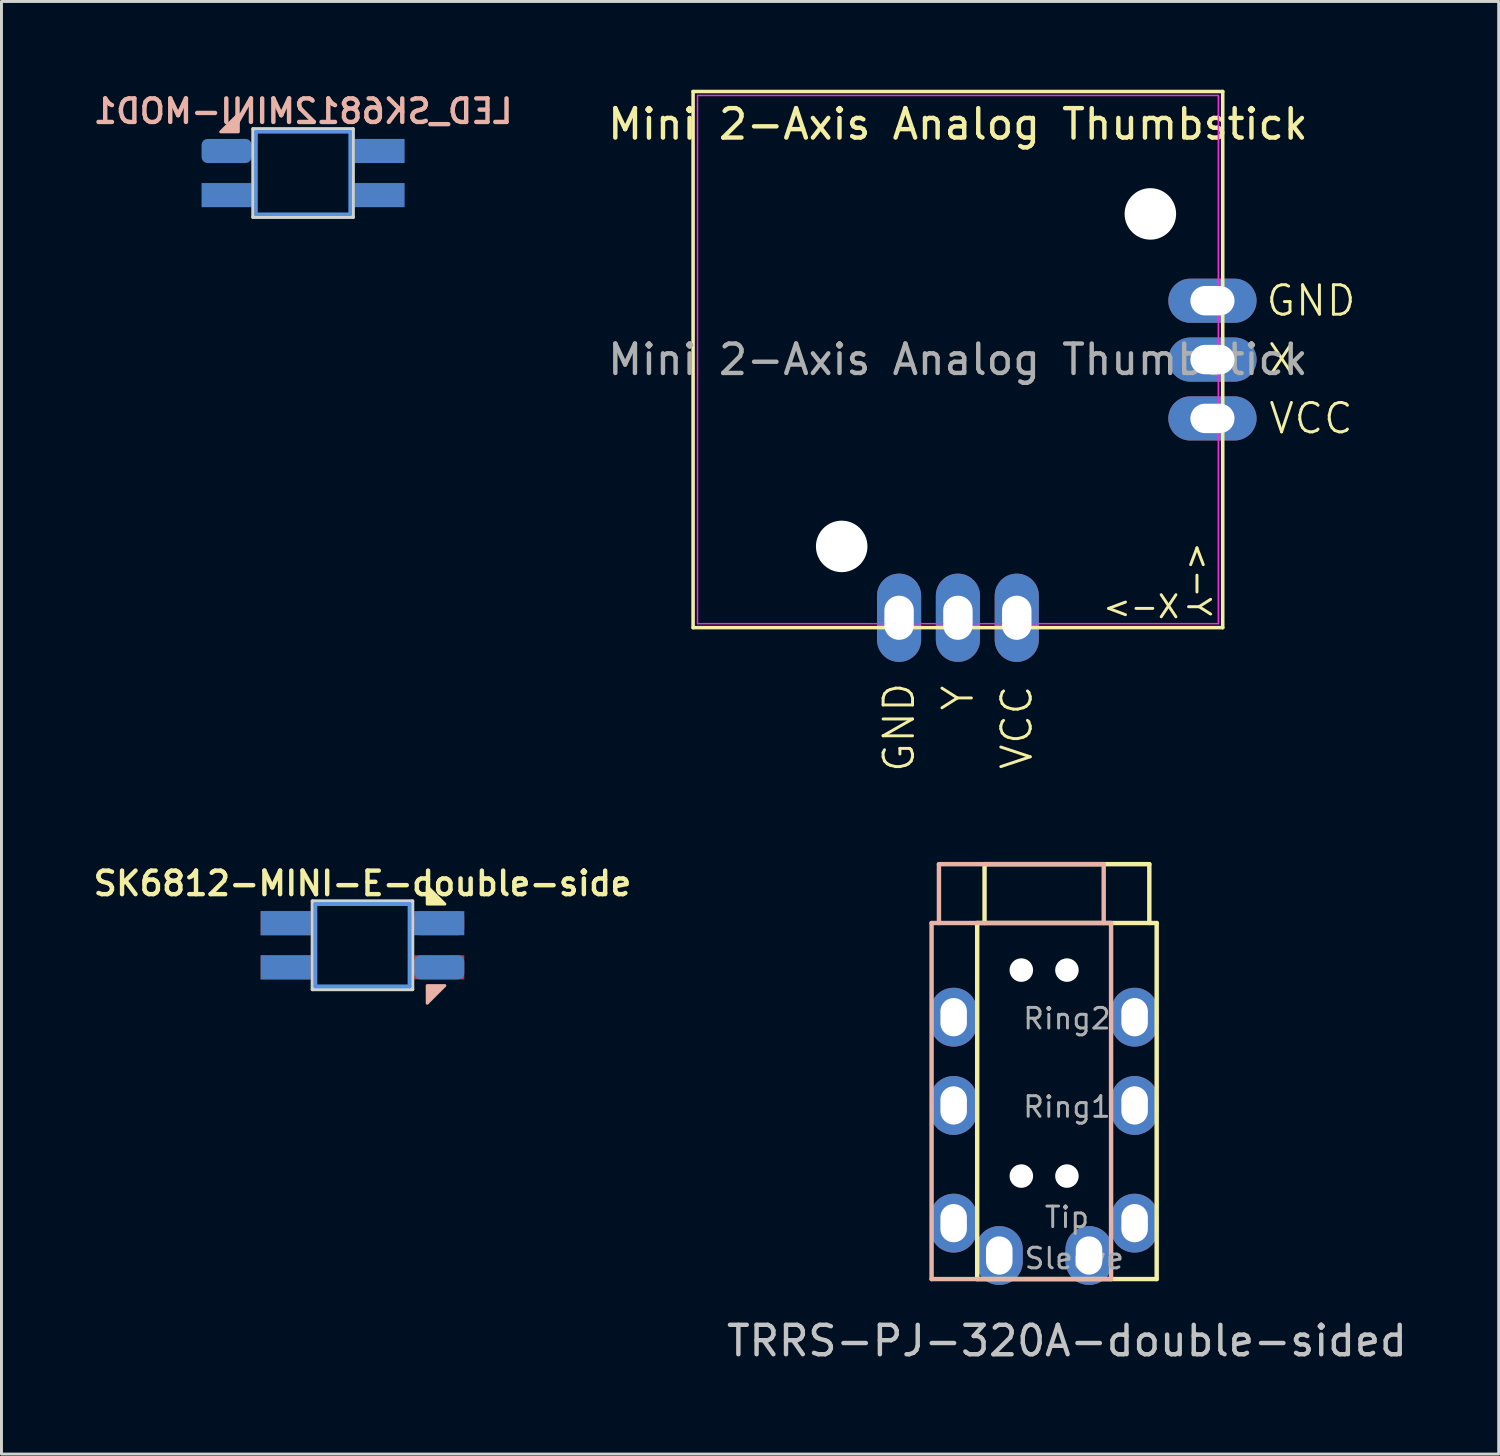
<source format=kicad_pcb>
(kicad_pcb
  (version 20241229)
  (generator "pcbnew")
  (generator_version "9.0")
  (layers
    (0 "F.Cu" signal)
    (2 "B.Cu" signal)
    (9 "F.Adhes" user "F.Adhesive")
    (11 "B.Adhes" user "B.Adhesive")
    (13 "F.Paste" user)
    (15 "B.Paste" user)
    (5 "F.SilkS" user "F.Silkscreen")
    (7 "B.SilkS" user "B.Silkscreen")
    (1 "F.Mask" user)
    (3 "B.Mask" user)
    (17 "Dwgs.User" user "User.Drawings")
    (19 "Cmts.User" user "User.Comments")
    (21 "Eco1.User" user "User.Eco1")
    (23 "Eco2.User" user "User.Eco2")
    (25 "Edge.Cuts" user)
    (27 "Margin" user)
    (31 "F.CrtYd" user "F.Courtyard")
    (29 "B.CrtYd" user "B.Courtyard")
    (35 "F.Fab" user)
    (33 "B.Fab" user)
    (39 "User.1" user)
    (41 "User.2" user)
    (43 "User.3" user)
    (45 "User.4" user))
  (footprint "Mini 2-Axis Analog Thumbstick"
    (layer "F.Cu")
    (at 29.505 9.17)
    (property "Reference" "Mini 2-Axis Analog Thumbstick" (at 0 -8 0) (layer "F.SilkS") (effects (font (size 1 1) (thickness 0.15))))
    (attr through_hole)
    (fp_line (start -9 -9.11) (end -9 9.11) (stroke (width 0.12) (type solid)) (layer "F.SilkS"))
    (fp_line (start -9 9.11) (end 9 9.11) (stroke (width 0.12) (type solid)) (layer "F.SilkS"))
    (fp_line (start 9 -9.11) (end -9 -9.11) (stroke (width 0.12) (type solid)) (layer "F.SilkS"))
    (fp_line (start 9 9.11) (end 9 -9.11) (stroke (width 0.12) (type solid)) (layer "F.SilkS"))
    (fp_line (start -8.85 -8.975) (end -8.85 8.975) (stroke (width 0.05) (type solid)) (layer "F.CrtYd"))
    (fp_line (start -8.85 8.975) (end 8.85 8.975) (stroke (width 0.05) (type solid)) (layer "F.CrtYd"))
    (fp_line (start 8.85 -8.975) (end -8.85 -8.975) (stroke (width 0.05) (type solid)) (layer "F.CrtYd"))
    (fp_line (start 8.85 8.975) (end 8.85 -8.975) (stroke (width 0.05) (type solid)) (layer "F.CrtYd"))
    (fp_text user "GND" (at 12 -2 0) (unlocked yes) (layer "F.SilkS") (effects (font (size 1 1) (thickness 0.1))))
    (fp_text user "GND" (at -2 12.5 90) (unlocked yes) (layer "F.SilkS") (effects (font (size 1 1) (thickness 0.1))))
    (fp_text user "VCC" (at 12 2 0) (unlocked yes) (layer "F.SilkS") (effects (font (size 1 1) (thickness 0.1))))
    (fp_text user "<-X" (at 6.23 8.4 0) (unlocked yes) (layer "F.SilkS") (effects (font (size 0.75 0.75) (thickness 0.1))))
    (fp_text user "Y" (at 0 11.5 90) (unlocked yes) (layer "F.SilkS") (effects (font (size 1 1) (thickness 0.1))))
    (fp_text user "VCC" (at 2 12.5 90) (unlocked yes) (layer "F.SilkS") (effects (font (size 1 1) (thickness 0.1))))
    (fp_text user "<-Y" (at 8.18 7.47 270) (unlocked yes) (layer "F.SilkS") (effects (font (size 0.75 0.75) (thickness 0.1))))
    (fp_text user "X" (at 11 0 0) (unlocked yes) (layer "F.SilkS") (effects (font (size 1 1) (thickness 0.1))))
    (fp_text user "${REFERENCE}" (at 0 0 0) (layer "F.Fab") (effects (font (size 1 1) (thickness 0.15))))
    (pad "" np_thru_hole circle (at -3.95 6.35) (size 1.75 1.75) (drill 1.75) (layers "*.Cu" "*.Mask"))
    (pad "" np_thru_hole circle (at 6.54 -4.95) (size 1.75 1.75) (drill 1.75) (layers "*.Cu" "*.Mask"))
    (pad "1" thru_hole oval (at 8.65 -2 270) (size 1.5 3) (drill oval 1 1.5) (layers "*.Cu" "*.Mask"))
    (pad "2" thru_hole oval (at 8.65 0 270) (size 1.5 3) (drill oval 1 1.5) (layers "*.Cu" "*.Mask"))
    (pad "3" thru_hole oval (at 8.65 2 270) (size 1.5 3) (drill oval 1 1.5) (layers "*.Cu" "*.Mask"))
    (pad "4" thru_hole oval (at 2 8.775 180) (size 1.5 3) (drill oval 1 1.5) (layers "*.Cu" "*.Mask"))
    (pad "5" thru_hole oval (at 0 8.775 180) (size 1.5 3) (drill oval 1 1.5) (layers "*.Cu" "*.Mask"))
    (pad "6" thru_hole oval (at -2 8.775 180) (size 1.5 3) (drill oval 1 1.5) (layers "*.Cu" "*.Mask")))
  (footprint "TRRS-PJ-320A-double-sided"
    (layer "F.Cu")
    (at 33.21 28.319)
    (property "Reference" "TRRS-PJ-320A-double-sided" (at 0 14.2 0) (layer "Dwgs.User") (effects (font (size 1 1) (thickness 0.15))))
    (attr through_hole)
    (fp_line (start -3.05 0) (end -3.05 12.1) (stroke (width 0.15) (type solid)) (layer "F.SilkS"))
    (fp_line (start -2.8 0) (end -2.8 -2) (stroke (width 0.15) (type solid)) (layer "F.SilkS"))
    (fp_line (start 2.8 -2) (end -2.8 -2) (stroke (width 0.15) (type solid)) (layer "F.SilkS"))
    (fp_line (start 2.8 0) (end 2.8 -2) (stroke (width 0.15) (type solid)) (layer "F.SilkS"))
    (fp_line (start 3.05 0) (end -3.05 0) (stroke (width 0.15) (type solid)) (layer "F.SilkS"))
    (fp_line (start 3.05 0) (end 3.05 12.1) (stroke (width 0.15) (type solid)) (layer "F.SilkS"))
    (fp_line (start 3.05 12.1) (end -3.05 12.1) (stroke (width 0.15) (type solid)) (layer "F.SilkS"))
    (fp_line (start -4.6 0) (end -4.6 12.1) (stroke (width 0.15) (type solid)) (layer "B.SilkS"))
    (fp_line (start -4.6 0) (end 1.5 0) (stroke (width 0.15) (type solid)) (layer "B.SilkS"))
    (fp_line (start -4.6 12.1) (end 1.5 12.1) (stroke (width 0.15) (type solid)) (layer "B.SilkS"))
    (fp_line (start -4.35 -2) (end 1.25 -2) (stroke (width 0.15) (type solid)) (layer "B.SilkS"))
    (fp_line (start -4.35 0) (end -4.35 -2) (stroke (width 0.15) (type solid)) (layer "B.SilkS"))
    (fp_line (start 1.25 0) (end 1.25 -2) (stroke (width 0.15) (type solid)) (layer "B.SilkS"))
    (fp_line (start 1.5 0) (end 1.5 12.1) (stroke (width 0.15) (type solid)) (layer "B.SilkS"))
    (fp_text user "Sleeve" (at 0.25 11.4 0) (layer "F.Fab") (effects (font (size 0.7 0.7) (thickness 0.1))))
    (fp_text user "Ring1" (at 0 6.25 0) (layer "F.Fab") (effects (font (size 0.7 0.7) (thickness 0.1))))
    (fp_text user "Tip" (at 0 10 0) (layer "F.Fab") (effects (font (size 0.7 0.7) (thickness 0.1))))
    (fp_text user "Ring2" (at 0 3.25 0) (layer "F.Fab") (effects (font (size 0.7 0.7) (thickness 0.1))))
    (pad "" np_thru_hole circle (at -1.55 1.6) (size 0.8 0.8) (drill 0.8) (layers "*.Cu" "*.Mask"))
    (pad "" np_thru_hole circle (at -1.55 8.6) (size 0.8 0.8) (drill 0.8) (layers "*.Cu" "*.Mask"))
    (pad "" np_thru_hole circle (at 0 1.6) (size 0.8 0.8) (drill 0.8) (layers "*.Cu" "*.Mask"))
    (pad "" np_thru_hole circle (at 0 8.6) (size 0.8 0.8) (drill 0.8) (layers "*.Cu" "*.Mask"))
    (pad "1" thru_hole oval (at -2.3 11.3) (size 1.6 2) (drill oval 0.9 1.3) (layers "*.Cu" "*.Mask"))
    (pad "1" thru_hole oval (at 0.75 11.3) (size 1.6 2) (drill oval 0.9 1.3) (layers "*.Cu" "*.Mask"))
    (pad "2" thru_hole oval (at -3.85 10.2) (size 1.6 2) (drill oval 0.9 1.3) (layers "*.Cu" "*.Mask"))
    (pad "2" thru_hole oval (at 2.3 10.2) (size 1.6 2) (drill oval 0.9 1.3) (layers "*.Cu" "*.Mask"))
    (pad "3" thru_hole oval (at -3.85 6.2) (size 1.6 2) (drill oval 0.9 1.3) (layers "*.Cu" "*.Mask"))
    (pad "3" thru_hole oval (at 2.3 6.2) (size 1.6 2) (drill oval 0.9 1.3) (layers "*.Cu" "*.Mask"))
    (pad "4" thru_hole oval (at -3.85 3.2) (size 1.6 2) (drill oval 0.9 1.3) (layers "*.Cu" "*.Mask"))
    (pad "4" thru_hole oval (at 2.3 3.2) (size 1.6 2) (drill oval 0.9 1.3) (layers "*.Cu" "*.Mask")))
  (footprint "LED_SK6812MINI-MOD1"
    (layer "F.Cu")
    (at 7.25 2.831)
    (property "Reference" "LED_SK6812MINI-MOD1" (at 0 -2.1 0) (unlocked yes) (layer "B.SilkS") (effects (font (size 0.8 0.8) (thickness 0.15)) (justify mirror)))
    (attr through_hole)
    (fp_poly (pts (xy -2.8 -1.4) (xy -2.2 -1.4) (xy -2.2 -2)) (stroke (width 0.1) (type solid)) (fill yes) (layer "B.SilkS"))
    (fp_line (start -1.6 -1.4) (end -1.6 1.4) (stroke (width 0.12) (type solid)) (layer "Cmts.User"))
    (fp_line (start -1.6 1.4) (end 1.6 1.4) (stroke (width 0.12) (type solid)) (layer "Cmts.User"))
    (fp_line (start 1.6 -1.4) (end -1.6 -1.4) (stroke (width 0.12) (type solid)) (layer "Cmts.User"))
    (fp_line (start 1.6 1.4) (end 1.6 -1.4) (stroke (width 0.12) (type solid)) (layer "Cmts.User"))
    (fp_line (start -1.7 -1.5) (end -1.7 1.5) (stroke (width 0.12) (type solid)) (layer "Edge.Cuts"))
    (fp_line (start -1.7 1.5) (end 1.7 1.5) (stroke (width 0.12) (type solid)) (layer "Edge.Cuts"))
    (fp_line (start 1.7 -1.5) (end -1.7 -1.5) (stroke (width 0.12) (type solid)) (layer "Edge.Cuts"))
    (fp_line (start 1.7 1.5) (end 1.7 -1.5) (stroke (width 0.12) (type solid)) (layer "Edge.Cuts"))
    (pad "1" smd rect (at 2.6 0.75) (size 1.7 0.82) (layers "B.Cu" "B.Mask" "B.Paste"))
    (pad "2" smd rect (at 2.6 -0.75) (size 1.7 0.82) (layers "B.Cu" "B.Mask" "B.Paste"))
    (pad "3" smd roundrect (at -2.6 -0.75) (size 1.7 0.82) (layers "B.Cu" "B.Mask" "B.Paste") (roundrect_rratio 0.25))
    (pad "4" smd rect (at -2.6 0.75) (size 1.7 0.82) (layers "B.Cu" "B.Mask" "B.Paste")))
  (footprint "SK6812-MINI-E-double-side"
    (layer "F.Cu")
    (at 9.269 29.075)
    (property "Reference" "SK6812-MINI-E-double-side" (at 0 -2.1 0) (unlocked yes) (layer "F.SilkS") (effects (font (size 0.8 0.8) (thickness 0.15))))
    (attr through_hole)
    (fp_poly (pts (xy 2.8 -1.4) (xy 2.2 -1.4) (xy 2.2 -2)) (stroke (width 0.1) (type solid)) (fill yes) (layer "F.SilkS"))
    (fp_poly (pts (xy 2.2 1.97) (xy 2.2 1.37) (xy 2.8 1.37)) (stroke (width 0.1) (type solid)) (fill yes) (layer "B.SilkS"))
    (fp_line (start -1.6 -1.4) (end -1.6 1.4) (stroke (width 0.12) (type solid)) (layer "Cmts.User"))
    (fp_line (start -1.6 -1.4) (end 1.6 -1.4) (stroke (width 0.12) (type solid)) (layer "Cmts.User"))
    (fp_line (start -1.6 1.4) (end -1.6 -1.4) (stroke (width 0.12) (type solid)) (layer "Cmts.User"))
    (fp_line (start -1.6 1.4) (end 1.6 1.4) (stroke (width 0.12) (type solid)) (layer "Cmts.User"))
    (fp_line (start 1.6 -1.4) (end -1.6 -1.4) (stroke (width 0.12) (type solid)) (layer "Cmts.User"))
    (fp_line (start 1.6 -1.4) (end 1.6 1.4) (stroke (width 0.12) (type solid)) (layer "Cmts.User"))
    (fp_line (start 1.6 1.4) (end -1.6 1.4) (stroke (width 0.12) (type solid)) (layer "Cmts.User"))
    (fp_line (start 1.6 1.4) (end 1.6 -1.4) (stroke (width 0.12) (type solid)) (layer "Cmts.User"))
    (fp_line (start -1.7 -1.5) (end 1.7 -1.5) (stroke (width 0.12) (type solid)) (layer "Edge.Cuts"))
    (fp_line (start -1.7 1.5) (end -1.7 -1.5) (stroke (width 0.12) (type solid)) (layer "Edge.Cuts"))
    (fp_line (start 1.7 -1.5) (end 1.7 1.5) (stroke (width 0.12) (type solid)) (layer "Edge.Cuts"))
    (fp_line (start 1.7 1.5) (end -1.7 1.5) (stroke (width 0.12) (type solid)) (layer "Edge.Cuts"))
    (pad "1" smd rect (at -2.61 -0.75) (size 1.7 0.82) (layers "B.Cu" "B.Mask" "B.Paste"))
    (pad "1" smd rect (at -2.61 0.75) (size 1.7 0.82) (layers "F.Cu" "F.Mask" "F.Paste"))
    (pad "2" smd rect (at -2.61 -0.75) (size 1.7 0.82) (layers "F.Cu" "F.Mask" "F.Paste"))
    (pad "2" smd rect (at -2.61 0.75) (size 1.7 0.82) (layers "B.Cu" "B.Mask" "B.Paste"))
    (pad "3" smd roundrect (at 2.61 -0.75) (size 1.7 0.82) (layers "F.Cu" "F.Mask" "F.Paste") (roundrect_rratio 0.25))
    (pad "3" smd roundrect (at 2.61 0.75) (size 1.7 0.82) (layers "B.Cu" "B.Mask" "B.Paste") (roundrect_rratio 0.25))
    (pad "4" smd rect (at 2.61 -0.75) (size 1.7 0.82) (layers "B.Cu" "B.Mask" "B.Paste"))
    (pad "4" smd rect (at 2.61 0.75) (size 1.7 0.82) (layers "F.Cu" "F.Mask" "F.Paste")))
  (gr_rect
    (start -3 -3)
    (end 47.883 46.367)
    (stroke (width 0.1) (type default))
    (fill no)
    (layer "Edge.Cuts")))
</source>
